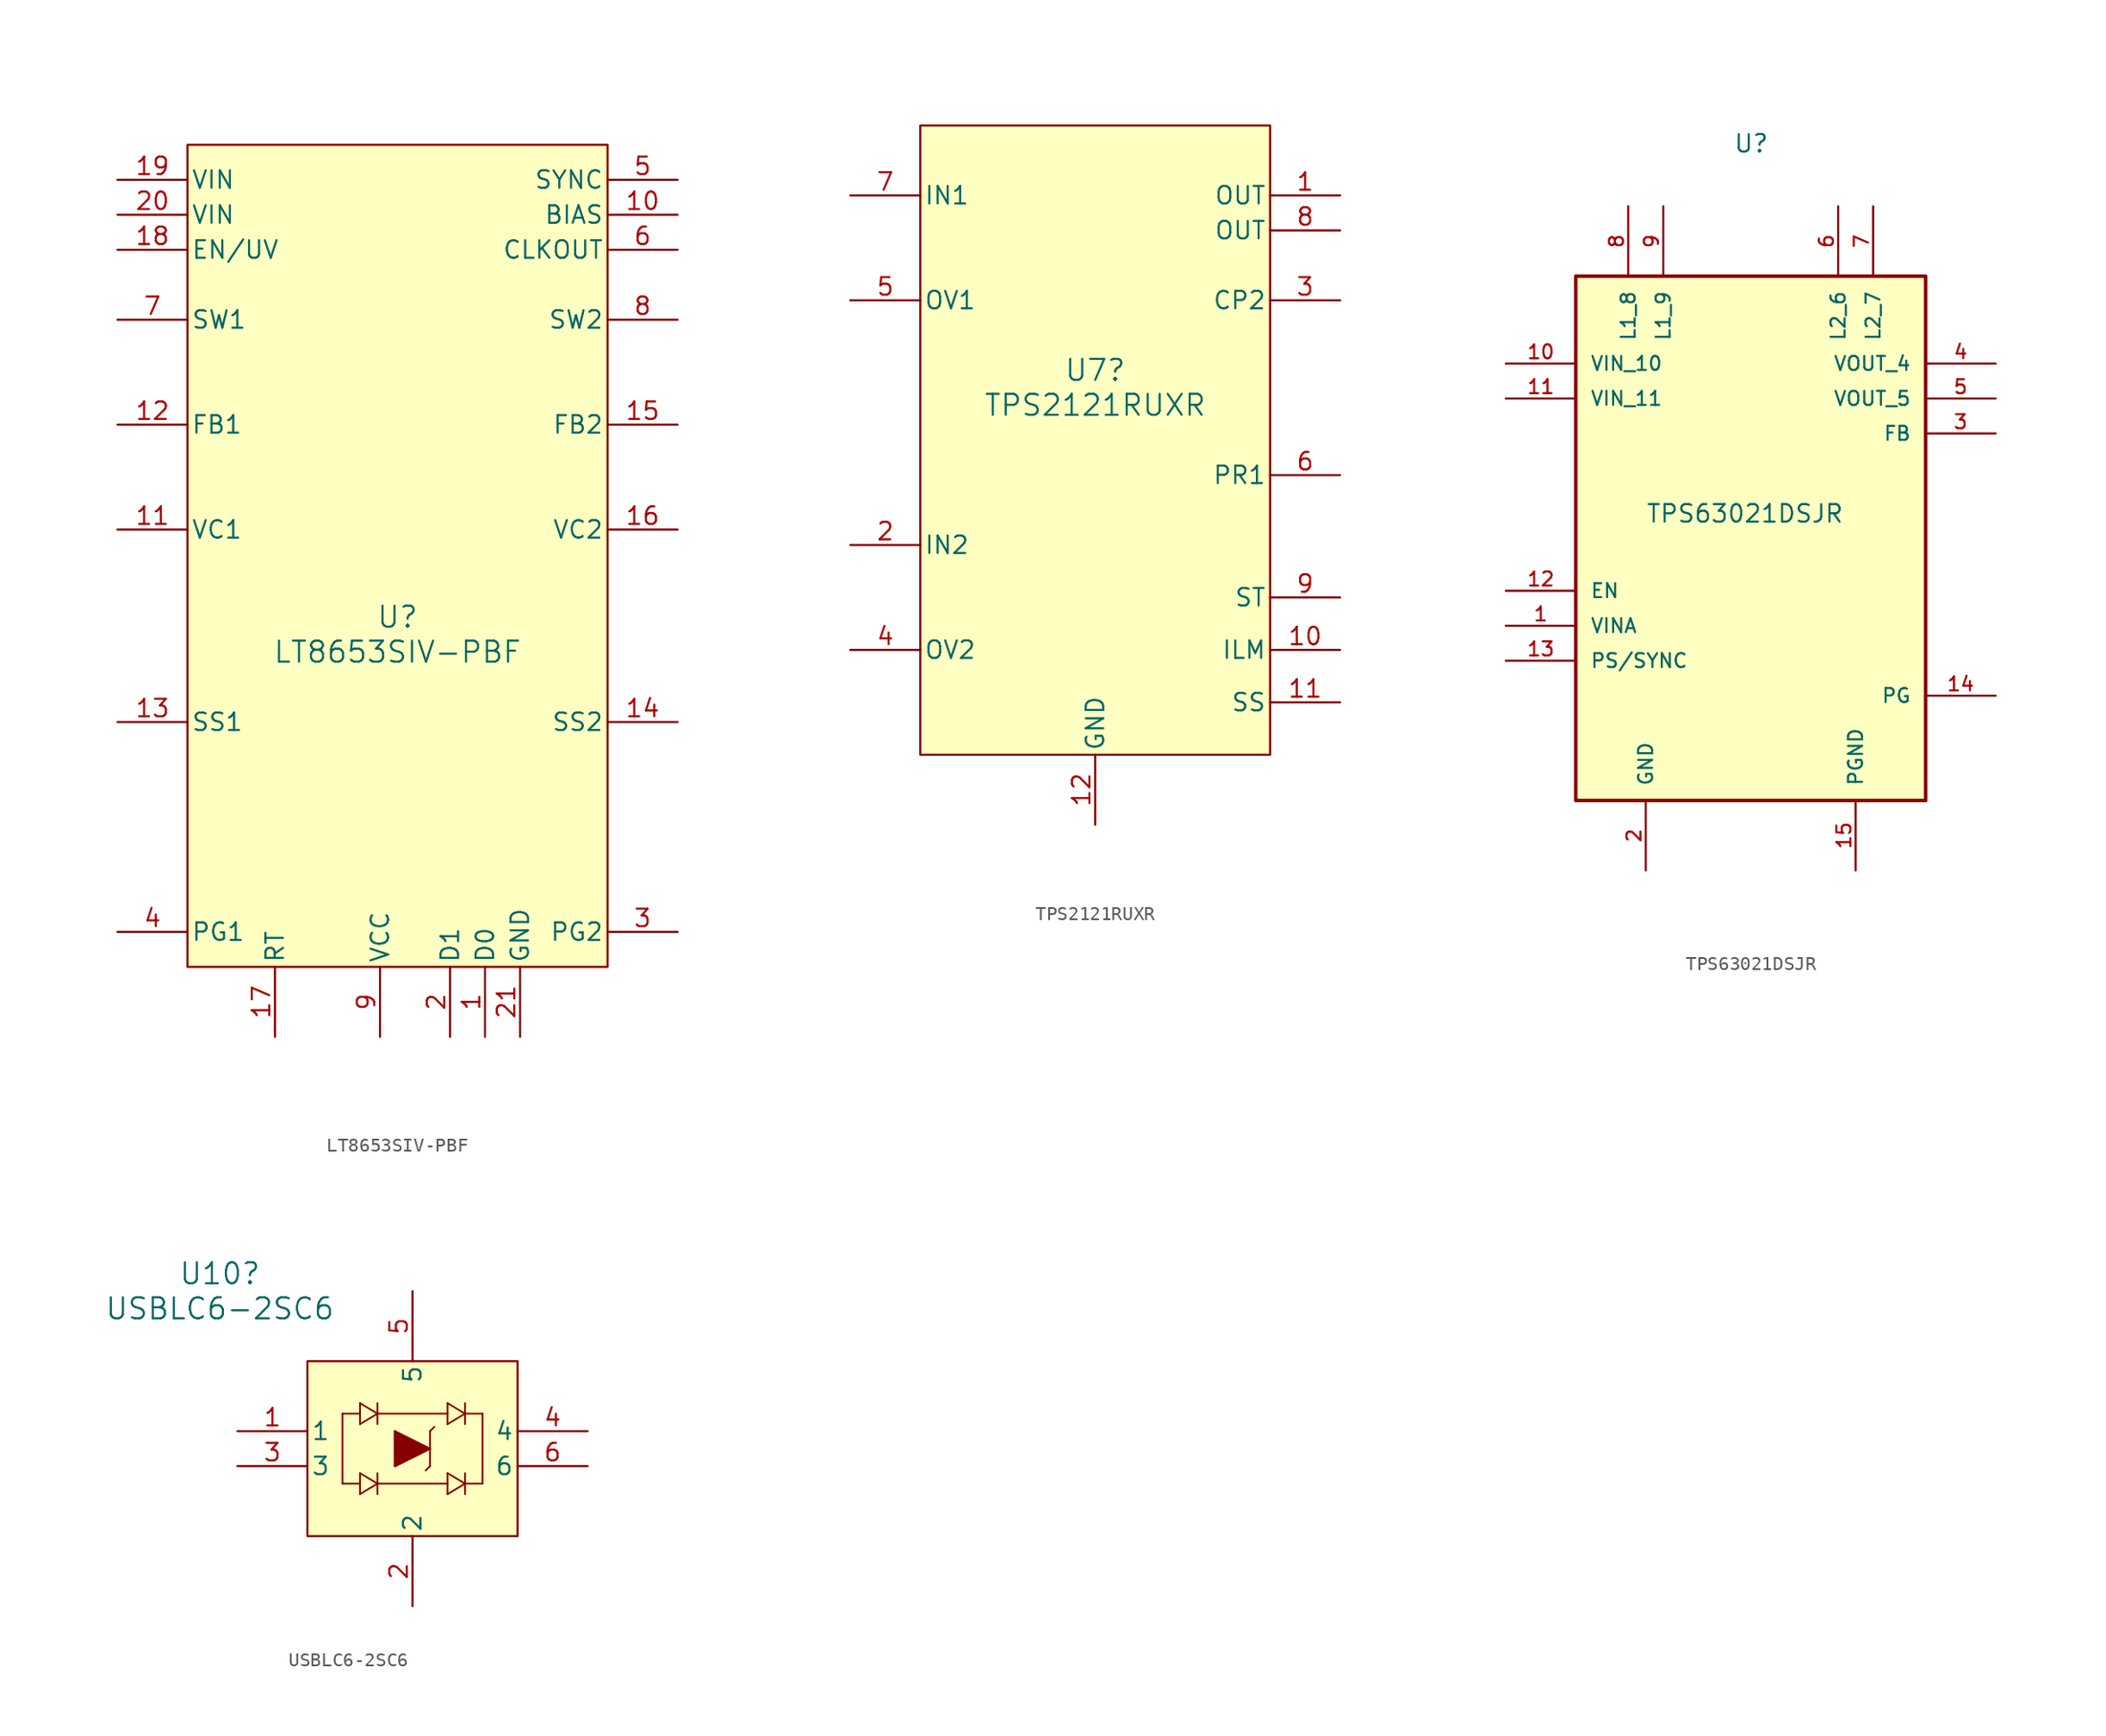
<source format=kicad_sym>
(kicad_symbol_lib
  (version 20220914)
  (generator kicad_symbol_editor)
  (symbol "LT8653SIV-PBF"
    (pin_names
      (offset 0.254))
    (property "Reference" "U"
      (at 22.86 -29.21 0)
      (effects (font (size 1.524 1.524))))
    (property "Value" "LT8653SIV-PBF"
      (at 22.86 -31.75 0)
      (effects (font (size 1.524 1.524))))
    (property "ki_locked" ""
      (at 0 0 0)
      (effects (font (size 1.27 1.27))))
    (symbol "LT8653SIV-PBF_1_1"
      (rectangle (start 7.62 5.08) (end 38.1 -54.61) (stroke (width 0) (type default)) (fill (type background)))
      (pin input line (at 29.21 -59.69 90) (length 5.08) (name "D0" (effects (font (size 1.27 1.27)))) (number "1" (effects (font (size 1.27 1.27)))))
      (pin power_in line (at 43.18 0 180) (length 5.08) (name "BIAS" (effects (font (size 1.27 1.27)))) (number "10" (effects (font (size 1.27 1.27)))))
      (pin output line (at 2.54 -22.86 0) (length 5.08) (name "VC1" (effects (font (size 1.27 1.27)))) (number "11" (effects (font (size 1.27 1.27)))))
      (pin input line (at 2.54 -15.24 0) (length 5.08) (name "FB1" (effects (font (size 1.27 1.27)))) (number "12" (effects (font (size 1.27 1.27)))))
      (pin input line (at 2.54 -36.83 0) (length 5.08) (name "SS1" (effects (font (size 1.27 1.27)))) (number "13" (effects (font (size 1.27 1.27)))))
      (pin input line (at 43.18 -36.83 180) (length 5.08) (name "SS2" (effects (font (size 1.27 1.27)))) (number "14" (effects (font (size 1.27 1.27)))))
      (pin input line (at 43.18 -15.24 180) (length 5.08) (name "FB2" (effects (font (size 1.27 1.27)))) (number "15" (effects (font (size 1.27 1.27)))))
      (pin output line (at 43.18 -22.86 180) (length 5.08) (name "VC2" (effects (font (size 1.27 1.27)))) (number "16" (effects (font (size 1.27 1.27)))))
      (pin unspecified line (at 13.97 -59.69 90) (length 5.08) (name "RT" (effects (font (size 1.27 1.27)))) (number "17" (effects (font (size 1.27 1.27)))))
      (pin input line (at 2.54 -2.54 0) (length 5.08) (name "EN/UV" (effects (font (size 1.27 1.27)))) (number "18" (effects (font (size 1.27 1.27)))))
      (pin power_in line (at 2.54 2.54 0) (length 5.08) (name "VIN" (effects (font (size 1.27 1.27)))) (number "19" (effects (font (size 1.27 1.27)))))
      (pin input line (at 26.67 -59.69 90) (length 5.08) (name "D1" (effects (font (size 1.27 1.27)))) (number "2" (effects (font (size 1.27 1.27)))))
      (pin power_in line (at 2.54 0 0) (length 5.08) (name "VIN" (effects (font (size 1.27 1.27)))) (number "20" (effects (font (size 1.27 1.27)))))
      (pin power_out line (at 31.75 -59.69 90) (length 5.08) (name "GND" (effects (font (size 1.27 1.27)))) (number "21" (effects (font (size 1.27 1.27)))))
      (pin output line (at 43.18 -52.07 180) (length 5.08) (name "PG2" (effects (font (size 1.27 1.27)))) (number "3" (effects (font (size 1.27 1.27)))))
      (pin output line (at 2.54 -52.07 0) (length 5.08) (name "PG1" (effects (font (size 1.27 1.27)))) (number "4" (effects (font (size 1.27 1.27)))))
      (pin input line (at 43.18 2.54 180) (length 5.08) (name "SYNC" (effects (font (size 1.27 1.27)))) (number "5" (effects (font (size 1.27 1.27)))))
      (pin output line (at 43.18 -2.54 180) (length 5.08) (name "CLKOUT" (effects (font (size 1.27 1.27)))) (number "6" (effects (font (size 1.27 1.27)))))
      (pin output line (at 2.54 -7.62 0) (length 5.08) (name "SW1" (effects (font (size 1.27 1.27)))) (number "7" (effects (font (size 1.27 1.27)))))
      (pin output line (at 43.18 -7.62 180) (length 5.08) (name "SW2" (effects (font (size 1.27 1.27)))) (number "8" (effects (font (size 1.27 1.27)))))
      (pin power_in line (at 21.59 -59.69 90) (length 5.08) (name "VCC" (effects (font (size 1.27 1.27)))) (number "9" (effects (font (size 1.27 1.27)))))))
  (symbol "TPS2121RUXR"
    (pin_names
      (offset 0.254))
    (property "Reference" "U7"
      (at 0 7.62 0)
      (effects (font (size 1.524 1.524))))
    (property "Value" "TPS2121RUXR"
      (at 0 5.08 0)
      (effects (font (size 1.524 1.524))))
    (property "ki_locked" ""
      (at 0 0 0)
      (effects (font (size 1.27 1.27))))
    (symbol "TPS2121RUXR_0_1"
      (pin power_in line (at 17.78 20.32 180) (length 5.08) (name "OUT" (effects (font (size 1.27 1.27)))) (number "1" (effects (font (size 1.27 1.27)))))
      (pin bidirectional line (at 17.78 -12.7 180) (length 5.08) (name "ILM" (effects (font (size 1.27 1.27)))) (number "10" (effects (font (size 1.27 1.27)))))
      (pin bidirectional line (at 17.78 -16.51 180) (length 5.08) (name "SS" (effects (font (size 1.27 1.27)))) (number "11" (effects (font (size 1.27 1.27)))))
      (pin power_in line (at 0 -25.4 90) (length 5.08) (name "GND" (effects (font (size 1.27 1.27)))) (number "12" (effects (font (size 1.27 1.27)))))
      (pin power_in line (at -17.78 -5.08 0) (length 5.08) (name "IN2" (effects (font (size 1.27 1.27)))) (number "2" (effects (font (size 1.27 1.27)))))
      (pin input line (at 17.78 12.7 180) (length 5.08) (name "CP2" (effects (font (size 1.27 1.27)))) (number "3" (effects (font (size 1.27 1.27)))))
      (pin input line (at -17.78 -12.7 0) (length 5.08) (name "OV2" (effects (font (size 1.27 1.27)))) (number "4" (effects (font (size 1.27 1.27)))))
      (pin input line (at -17.78 12.7 0) (length 5.08) (name "OV1" (effects (font (size 1.27 1.27)))) (number "5" (effects (font (size 1.27 1.27)))))
      (pin input line (at 17.78 0 180) (length 5.08) (name "PR1" (effects (font (size 1.27 1.27)))) (number "6" (effects (font (size 1.27 1.27)))))
      (pin power_in line (at -17.78 20.32 0) (length 5.08) (name "IN1" (effects (font (size 1.27 1.27)))) (number "7" (effects (font (size 1.27 1.27)))))
      (pin power_in line (at 17.78 17.78 180) (length 5.08) (name "OUT" (effects (font (size 1.27 1.27)))) (number "8" (effects (font (size 1.27 1.27)))))
      (pin output line (at 17.78 -8.89 180) (length 5.08) (name "ST" (effects (font (size 1.27 1.27)))) (number "9" (effects (font (size 1.27 1.27))))))
    (symbol "TPS2121RUXR_1_1"
      (rectangle (start -12.7 25.4) (end 12.7 -20.32) (stroke (width 0) (type default)) (fill (type background)))))
  (symbol "TPS63021DSJR"
    (pin_names
      (offset 1.016))
    (property "Reference" "U"
      (at -1.27 26.67 0)
      (effects (font (size 1.27 1.27)) (justify left bottom)))
    (property "Value" "TPS63021DSJR"
      (at -7.62 1.27 0)
      (effects (font (size 1.27 1.27)) (justify left top)))
    (symbol "TPS63021DSJR_0_0"
      (rectangle (start -12.7 17.78) (end 12.7 -20.32) (stroke (width 0.254) (type default)) (fill (type background)))
      (pin input line (at -17.78 -7.62 0) (length 5.08) (name "VINA" (effects (font (size 1.016 1.016)))) (number "1" (effects (font (size 1.016 1.016)))))
      (pin input line (at -17.78 11.43 0) (length 5.08) (name "VIN_10" (effects (font (size 1.016 1.016)))) (number "10" (effects (font (size 1.016 1.016)))))
      (pin input line (at -17.78 8.89 0) (length 5.08) (name "VIN_11" (effects (font (size 1.016 1.016)))) (number "11" (effects (font (size 1.016 1.016)))))
      (pin input line (at -17.78 -5.08 0) (length 5.08) (name "EN" (effects (font (size 1.016 1.016)))) (number "12" (effects (font (size 1.016 1.016)))))
      (pin input line (at -17.78 -10.16 0) (length 5.08) (name "PS/SYNC" (effects (font (size 1.016 1.016)))) (number "13" (effects (font (size 1.016 1.016)))))
      (pin output line (at 17.78 -12.7 180) (length 5.08) (name "PG" (effects (font (size 1.016 1.016)))) (number "14" (effects (font (size 1.016 1.016)))))
      (pin power_in line (at 7.62 -25.4 90) (length 5.08) (name "PGND" (effects (font (size 1.016 1.016)))) (number "15" (effects (font (size 1.016 1.016)))))
      (pin power_in line (at -7.62 -25.4 90) (length 5.08) (name "GND" (effects (font (size 1.016 1.016)))) (number "2" (effects (font (size 1.016 1.016)))))
      (pin input line (at 17.78 6.35 180) (length 5.08) (name "FB" (effects (font (size 1.016 1.016)))) (number "3" (effects (font (size 1.016 1.016)))))
      (pin output line (at 17.78 11.43 180) (length 5.08) (name "VOUT_4" (effects (font (size 1.016 1.016)))) (number "4" (effects (font (size 1.016 1.016)))))
      (pin output line (at 17.78 8.89 180) (length 5.08) (name "VOUT_5" (effects (font (size 1.016 1.016)))) (number "5" (effects (font (size 1.016 1.016)))))
      (pin passive line (at 6.35 22.86 270) (length 5.08) (name "L2_6" (effects (font (size 1.016 1.016)))) (number "6" (effects (font (size 1.016 1.016)))))
      (pin passive line (at 8.89 22.86 270) (length 5.08) (name "L2_7" (effects (font (size 1.016 1.016)))) (number "7" (effects (font (size 1.016 1.016)))))
      (pin passive line (at -8.89 22.86 270) (length 5.08) (name "L1_8" (effects (font (size 1.016 1.016)))) (number "8" (effects (font (size 1.016 1.016)))))
      (pin passive line (at -6.35 22.86 270) (length 5.08) (name "L1_9" (effects (font (size 1.016 1.016)))) (number "9" (effects (font (size 1.016 1.016)))))))
  (symbol "USBLC6-2SC6"
    (pin_names
      (offset 0.254))
    (property "Reference" "U10"
      (at 3.81 7.62 0)
      (effects (font (size 1.524 1.524))))
    (property "Value" "USBLC6-2SC6"
      (at 3.81 5.08 0)
      (effects (font (size 1.524 1.524))))
    (property "ki_locked" ""
      (at 0 0 0)
      (effects (font (size 1.27 1.27))))
    (symbol "USBLC6-2SC6_0_1"
      (polyline (pts (xy 12.7 -7.62) (xy 13.97 -7.62)) (stroke (width 0.127) (type default)) (fill (type none)))
      (polyline (pts (xy 12.7 -2.54) (xy 12.7 -7.62)) (stroke (width 0.127) (type default)) (fill (type none)))
      (polyline (pts (xy 13.97 -8.382) (xy 15.24 -7.62)) (stroke (width 0.127) (type default)) (fill (type none)))
      (polyline (pts (xy 13.97 -6.858) (xy 13.97 -8.382)) (stroke (width 0.127) (type default)) (fill (type none)))
      (polyline (pts (xy 13.97 -3.302) (xy 15.24 -2.54)) (stroke (width 0.127) (type default)) (fill (type none)))
      (polyline (pts (xy 13.97 -2.54) (xy 12.7 -2.54)) (stroke (width 0.127) (type default)) (fill (type none)))
      (polyline (pts (xy 13.97 -1.778) (xy 13.97 -3.302)) (stroke (width 0.127) (type default)) (fill (type none)))
      (polyline (pts (xy 15.24 -7.62) (xy 13.97 -6.858)) (stroke (width 0.127) (type default)) (fill (type none)))
      (polyline (pts (xy 15.24 -7.62) (xy 20.32 -7.62)) (stroke (width 0.127) (type default)) (fill (type none)))
      (polyline (pts (xy 15.24 -6.858) (xy 15.24 -8.382)) (stroke (width 0.127) (type default)) (fill (type none)))
      (polyline (pts (xy 15.24 -2.54) (xy 13.97 -1.778)) (stroke (width 0.127) (type default)) (fill (type none)))
      (polyline (pts (xy 15.24 -2.54) (xy 20.32 -2.54)) (stroke (width 0.127) (type default)) (fill (type none)))
      (polyline (pts (xy 15.24 -1.778) (xy 15.24 -3.302)) (stroke (width 0.127) (type default)) (fill (type none)))
      (polyline (pts (xy 16.51 -6.35) (xy 19.05 -5.08)) (stroke (width 0.127) (type default)) (fill (type none)))
      (polyline (pts (xy 16.51 -3.81) (xy 16.51 -6.35)) (stroke (width 0.127) (type default)) (fill (type none)))
      (polyline (pts (xy 19.05 -6.35) (xy 18.733 -6.668)) (stroke (width 0.127) (type default)) (fill (type none)))
      (polyline (pts (xy 19.05 -5.08) (xy 16.51 -3.81)) (stroke (width 0.127) (type default)) (fill (type none)))
      (polyline (pts (xy 19.05 -3.81) (xy 19.05 -6.35)) (stroke (width 0.127) (type default)) (fill (type none)))
      (polyline (pts (xy 19.05 -3.81) (xy 19.367 -3.493)) (stroke (width 0.127) (type default)) (fill (type none)))
      (polyline (pts (xy 20.32 -8.382) (xy 20.32 -6.858)) (stroke (width 0.127) (type default)) (fill (type none)))
      (polyline (pts (xy 20.32 -6.858) (xy 21.59 -7.62)) (stroke (width 0.127) (type default)) (fill (type none)))
      (polyline (pts (xy 20.32 -3.302) (xy 20.32 -1.778)) (stroke (width 0.127) (type default)) (fill (type none)))
      (polyline (pts (xy 20.32 -1.778) (xy 21.59 -2.54)) (stroke (width 0.127) (type default)) (fill (type none)))
      (polyline (pts (xy 21.59 -8.382) (xy 21.59 -6.858)) (stroke (width 0.127) (type default)) (fill (type none)))
      (polyline (pts (xy 21.59 -7.62) (xy 20.32 -8.382)) (stroke (width 0.127) (type default)) (fill (type none)))
      (polyline (pts (xy 21.59 -7.62) (xy 22.86 -7.62)) (stroke (width 0.127) (type default)) (fill (type none)))
      (polyline (pts (xy 21.59 -3.302) (xy 21.59 -1.778)) (stroke (width 0.127) (type default)) (fill (type none)))
      (polyline (pts (xy 21.59 -2.54) (xy 20.32 -3.302)) (stroke (width 0.127) (type default)) (fill (type none)))
      (polyline (pts (xy 21.59 -2.54) (xy 22.86 -2.54)) (stroke (width 0.127) (type default)) (fill (type none)))
      (polyline (pts (xy 22.86 -7.62) (xy 22.86 -2.54)) (stroke (width 0.127) (type default)) (fill (type none)))
      (polyline (pts (xy 16.51 -3.81) (xy 16.51 -6.35) (xy 19.05 -5.08)) (stroke (width 0) (type default)) (fill (type outline))))
    (symbol "USBLC6-2SC6_1_1"
      (rectangle (start 10.16 1.27) (end 25.4 -11.43) (stroke (width 0) (type default)) (fill (type background)))
      (pin unspecified line (at 5.08 -3.81 0) (length 5.08) (name "1" (effects (font (size 1.27 1.27)))) (number "1" (effects (font (size 1.27 1.27)))))
      (pin unspecified line (at 17.78 -16.51 90) (length 5.08) (name "2" (effects (font (size 1.27 1.27)))) (number "2" (effects (font (size 1.27 1.27)))))
      (pin unspecified line (at 5.08 -6.35 0) (length 5.08) (name "3" (effects (font (size 1.27 1.27)))) (number "3" (effects (font (size 1.27 1.27)))))
      (pin unspecified line (at 30.48 -3.81 180) (length 5.08) (name "4" (effects (font (size 1.27 1.27)))) (number "4" (effects (font (size 1.27 1.27)))))
      (pin unspecified line (at 17.78 6.35 270) (length 5.08) (name "5" (effects (font (size 1.27 1.27)))) (number "5" (effects (font (size 1.27 1.27)))))
      (pin unspecified line (at 30.48 -6.35 180) (length 5.08) (name "6" (effects (font (size 1.27 1.27)))) (number "6" (effects (font (size 1.27 1.27))))))))
</source>
